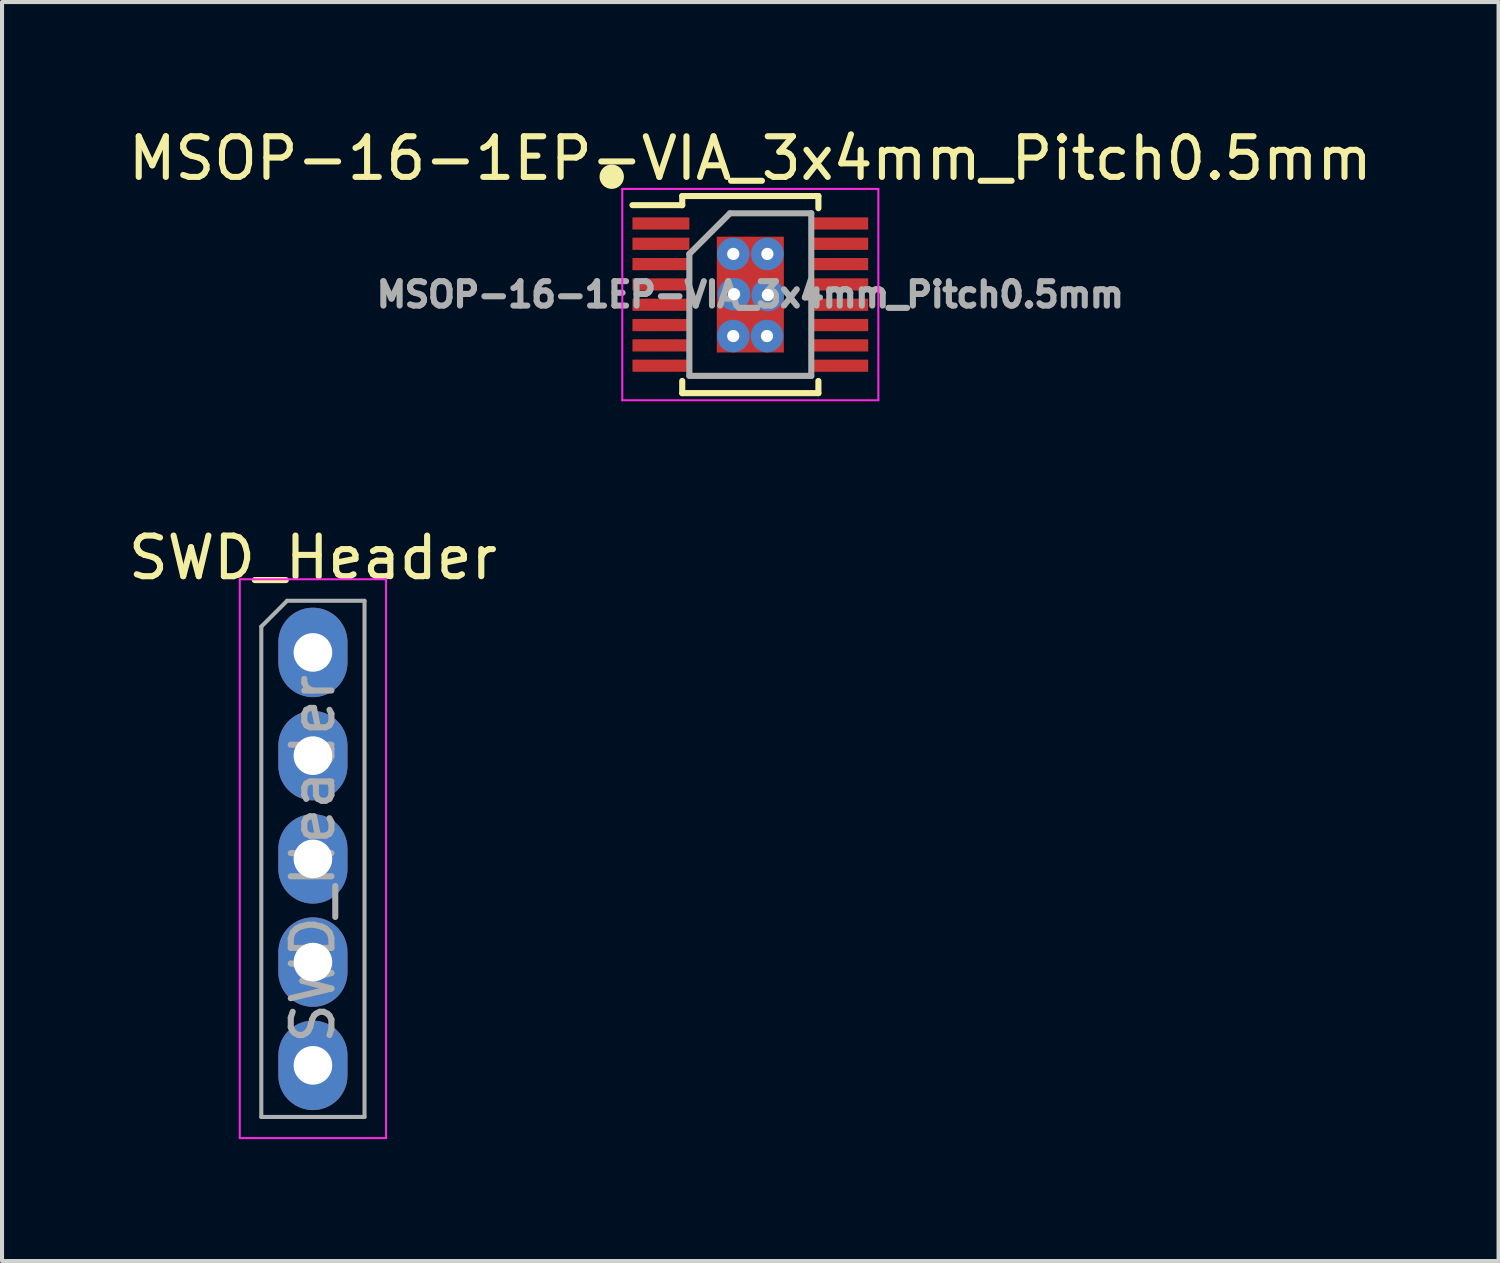
<source format=kicad_pcb>
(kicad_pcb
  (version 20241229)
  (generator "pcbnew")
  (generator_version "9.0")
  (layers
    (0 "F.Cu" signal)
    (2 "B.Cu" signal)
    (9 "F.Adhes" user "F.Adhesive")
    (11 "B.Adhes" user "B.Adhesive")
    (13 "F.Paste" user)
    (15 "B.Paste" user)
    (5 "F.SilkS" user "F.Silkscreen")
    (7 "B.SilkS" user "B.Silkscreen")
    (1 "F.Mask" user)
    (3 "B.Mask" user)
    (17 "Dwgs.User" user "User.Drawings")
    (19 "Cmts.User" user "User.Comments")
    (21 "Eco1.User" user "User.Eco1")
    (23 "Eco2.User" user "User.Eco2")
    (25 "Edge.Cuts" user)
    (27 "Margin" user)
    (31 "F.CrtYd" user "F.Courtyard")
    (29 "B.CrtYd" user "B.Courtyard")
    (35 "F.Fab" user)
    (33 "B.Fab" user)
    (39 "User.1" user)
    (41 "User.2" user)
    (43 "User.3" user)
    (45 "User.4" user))
  (footprint "SWD_Header"
    (layer "F.Cu")
    (at 4.649 13.002)
    (property "Reference" "SWD_Header" (at 0 -2.33 180) (layer "F.SilkS") (effects (font (size 1 1) (thickness 0.15))))
    (attr through_hole)
    (fp_line (start -1.8 -1.8) (end -1.8 11.95) (stroke (width 0.05) (type solid)) (layer "F.CrtYd"))
    (fp_line (start -1.8 11.95) (end 1.8 11.95) (stroke (width 0.05) (type solid)) (layer "F.CrtYd"))
    (fp_line (start 1.8 -1.8) (end -1.8 -1.8) (stroke (width 0.05) (type solid)) (layer "F.CrtYd"))
    (fp_line (start 1.8 11.95) (end 1.8 -1.8) (stroke (width 0.05) (type solid)) (layer "F.CrtYd"))
    (fp_line (start -1.27 -0.635) (end -0.635 -1.27) (stroke (width 0.1) (type solid)) (layer "F.Fab"))
    (fp_line (start -1.27 11.43) (end -1.27 -0.635) (stroke (width 0.1) (type solid)) (layer "F.Fab"))
    (fp_line (start -0.635 -1.27) (end 1.27 -1.27) (stroke (width 0.1) (type solid)) (layer "F.Fab"))
    (fp_line (start 1.27 -1.27) (end 1.27 11.43) (stroke (width 0.1) (type solid)) (layer "F.Fab"))
    (fp_line (start 1.27 11.43) (end -1.27 11.43) (stroke (width 0.1) (type solid)) (layer "F.Fab"))
    (fp_text user "${REFERENCE}" (at 0 5.08 90) (layer "F.Fab") (effects (font (size 1 1) (thickness 0.15))))
    (pad "1" thru_hole oval (at 0 0) (size 1.7 2.2) (drill 0.95) (layers "*.Cu" "*.Mask"))
    (pad "2" thru_hole oval (at 0 2.54) (size 1.7 2.2) (drill 0.95) (layers "*.Cu" "*.Mask"))
    (pad "3" thru_hole oval (at 0 5.08) (size 1.7 2.2) (drill 0.95) (layers "*.Cu" "*.Mask"))
    (pad "4" thru_hole oval (at 0 7.62) (size 1.7 2.2) (drill 0.95) (layers "*.Cu" "*.Mask"))
    (pad "5" thru_hole oval (at 0 10.16) (size 1.7 2.2) (drill 0.95) (layers "*.Cu" "*.Mask")))
  (footprint "MSOP-16-1EP-VIA_3x4mm_Pitch0.5mm"
    (layer "F.Cu")
    (at 15.411 4.198)
    (property "Reference" "MSOP-16-1EP-VIA_3x4mm_Pitch0.5mm" (at 0 -3.35 0) (layer "F.SilkS") (effects (font (size 1 1) (thickness 0.15))))
    (attr smd)
    (fp_line (start -1.675 -2.425) (end -1.675 -2.2) (stroke (width 0.15) (type solid)) (layer "F.SilkS"))
    (fp_line (start -1.675 -2.425) (end 1.675 -2.425) (stroke (width 0.15) (type solid)) (layer "F.SilkS"))
    (fp_line (start -1.675 -2.2) (end -2.9 -2.2) (stroke (width 0.15) (type solid)) (layer "F.SilkS"))
    (fp_line (start -1.675 2.425) (end -1.675 2.125) (stroke (width 0.15) (type solid)) (layer "F.SilkS"))
    (fp_line (start -1.675 2.425) (end 1.675 2.425) (stroke (width 0.15) (type solid)) (layer "F.SilkS"))
    (fp_line (start 1.675 -2.425) (end 1.675 -2.125) (stroke (width 0.15) (type solid)) (layer "F.SilkS"))
    (fp_line (start 1.675 2.425) (end 1.675 2.125) (stroke (width 0.15) (type solid)) (layer "F.SilkS"))
    (fp_circle (center -3.41 -2.9) (end -3.26 -2.9) (stroke (width 0.3) (type solid)) (fill no) (layer "F.SilkS"))
    (fp_line (start -3.15 -2.6) (end -3.15 2.6) (stroke (width 0.05) (type solid)) (layer "F.CrtYd"))
    (fp_line (start -3.15 -2.6) (end 3.15 -2.6) (stroke (width 0.05) (type solid)) (layer "F.CrtYd"))
    (fp_line (start -3.15 2.6) (end 3.15 2.6) (stroke (width 0.05) (type solid)) (layer "F.CrtYd"))
    (fp_line (start 3.15 -2.6) (end 3.15 2.6) (stroke (width 0.05) (type solid)) (layer "F.CrtYd"))
    (fp_line (start -1.5 -1) (end -0.5 -2) (stroke (width 0.15) (type solid)) (layer "F.Fab"))
    (fp_line (start -1.5 2) (end -1.5 -1) (stroke (width 0.15) (type solid)) (layer "F.Fab"))
    (fp_line (start -0.5 -2) (end 1.5 -2) (stroke (width 0.15) (type solid)) (layer "F.Fab"))
    (fp_line (start 1.5 -2) (end 1.5 2) (stroke (width 0.15) (type solid)) (layer "F.Fab"))
    (fp_line (start 1.5 2) (end -1.5 2) (stroke (width 0.15) (type solid)) (layer "F.Fab"))
    (fp_text user "${REFERENCE}" (at 0 0 0) (layer "F.Fab") (effects (font (size 0.6 0.6) (thickness 0.15))))
    (pad "1" smd rect (at -2.2 -1.75) (size 1.4 0.3) (layers "F.Cu" "F.Mask" "F.Paste"))
    (pad "2" smd rect (at -2.2 -1.25) (size 1.4 0.3) (layers "F.Cu" "F.Mask" "F.Paste"))
    (pad "3" smd rect (at -2.2 -0.75) (size 1.4 0.3) (layers "F.Cu" "F.Mask" "F.Paste"))
    (pad "4" smd rect (at -2.2 -0.25) (size 1.4 0.3) (layers "F.Cu" "F.Mask" "F.Paste"))
    (pad "5" smd rect (at -2.2 0.25) (size 1.4 0.3) (layers "F.Cu" "F.Mask" "F.Paste"))
    (pad "6" smd rect (at -2.2 0.75) (size 1.4 0.3) (layers "F.Cu" "F.Mask" "F.Paste"))
    (pad "7" smd rect (at -2.2 1.25) (size 1.4 0.3) (layers "F.Cu" "F.Mask" "F.Paste"))
    (pad "8" smd rect (at -2.2 1.75) (size 1.4 0.3) (layers "F.Cu" "F.Mask" "F.Paste"))
    (pad "9" smd rect (at 2.2 1.75) (size 1.4 0.3) (layers "F.Cu" "F.Mask" "F.Paste"))
    (pad "10" smd rect (at 2.2 1.25) (size 1.4 0.3) (layers "F.Cu" "F.Mask" "F.Paste"))
    (pad "11" smd rect (at 2.2 0.75) (size 1.4 0.3) (layers "F.Cu" "F.Mask" "F.Paste"))
    (pad "12" smd rect (at 2.2 0.25) (size 1.4 0.3) (layers "F.Cu" "F.Mask" "F.Paste"))
    (pad "13" smd rect (at 2.2 -0.25) (size 1.4 0.3) (layers "F.Cu" "F.Mask" "F.Paste"))
    (pad "14" smd rect (at 2.2 -0.75) (size 1.4 0.3) (layers "F.Cu" "F.Mask" "F.Paste"))
    (pad "15" smd rect (at 2.2 -1.25) (size 1.4 0.3) (layers "F.Cu" "F.Mask" "F.Paste"))
    (pad "16" smd rect (at 2.2 -1.75) (size 1.4 0.3) (layers "F.Cu" "F.Mask" "F.Paste"))
    (pad "17" thru_hole circle (at -0.42 -1) (size 0.8 0.8) (drill 0.3) (layers "*.Cu" "*.Paste" "*.Mask"))
    (pad "17" thru_hole circle (at -0.42 1.02) (size 0.8 0.8) (drill 0.3) (layers "*.Cu" "*.Paste" "*.Mask"))
    (pad "17" thru_hole circle (at -0.4 -0.01) (size 0.8 0.8) (drill 0.3) (layers "*.Cu" "*.Paste" "*.Mask"))
    (pad "17" smd rect (at 0 0) (size 1.65 2.85) (layers "F.Cu" "F.Mask" "F.Paste"))
    (pad "17" thru_hole circle (at 0.41 1.02) (size 0.8 0.8) (drill 0.3) (layers "*.Cu" "*.Paste" "*.Mask"))
    (pad "17" thru_hole circle (at 0.42 -1) (size 0.8 0.8) (drill 0.3) (layers "*.Cu" "*.Paste" "*.Mask"))
    (pad "17" thru_hole circle (at 0.43 0.01) (size 0.8 0.8) (drill 0.3) (layers "*.Cu" "*.Paste" "*.Mask")))
  (gr_rect
    (start -3 -3)
    (end 33.821 27.977)
    (stroke (width 0.1) (type default))
    (fill no)
    (layer "Edge.Cuts")))
</source>
